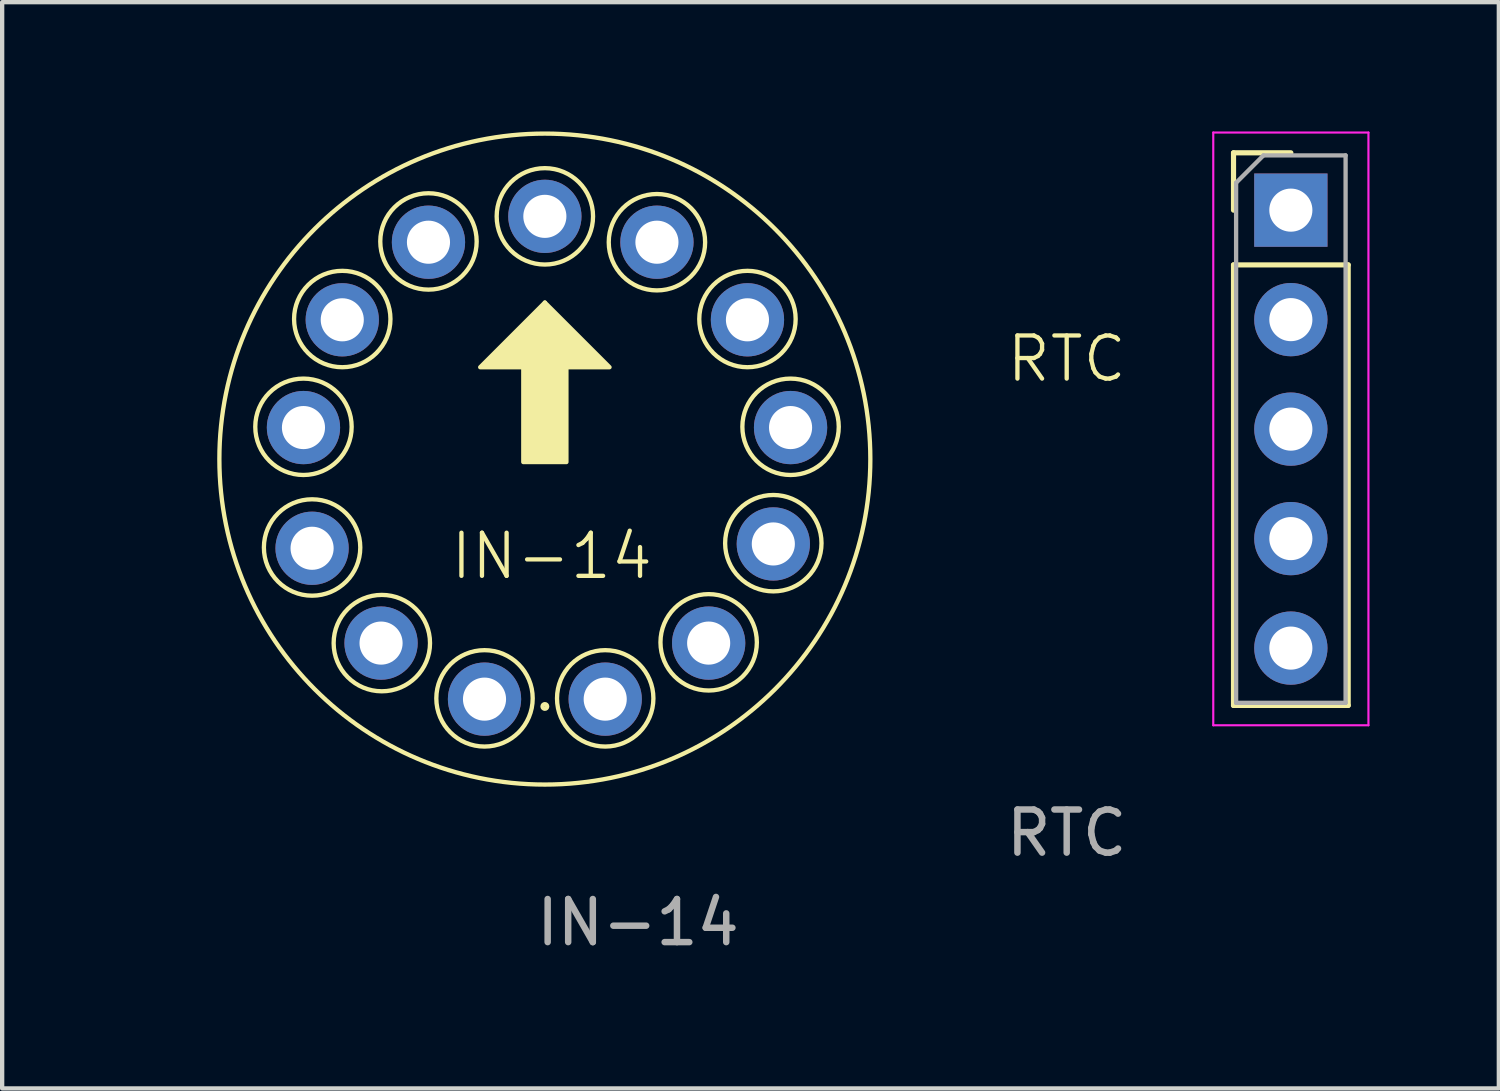
<source format=kicad_pcb>
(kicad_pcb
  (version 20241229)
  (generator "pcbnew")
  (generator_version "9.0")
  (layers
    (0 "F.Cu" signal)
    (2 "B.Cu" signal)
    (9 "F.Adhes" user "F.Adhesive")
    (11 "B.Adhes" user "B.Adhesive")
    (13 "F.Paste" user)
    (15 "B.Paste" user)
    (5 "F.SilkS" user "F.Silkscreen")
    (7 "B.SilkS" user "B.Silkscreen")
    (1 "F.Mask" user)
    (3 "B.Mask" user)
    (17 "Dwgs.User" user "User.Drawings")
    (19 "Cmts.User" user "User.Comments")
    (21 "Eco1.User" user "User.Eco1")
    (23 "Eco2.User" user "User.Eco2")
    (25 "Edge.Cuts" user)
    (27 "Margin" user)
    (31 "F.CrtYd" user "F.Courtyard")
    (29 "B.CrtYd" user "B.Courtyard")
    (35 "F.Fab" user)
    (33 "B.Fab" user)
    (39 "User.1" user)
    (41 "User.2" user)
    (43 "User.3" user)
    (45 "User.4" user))
  (footprint "IN-14"
    (layer "F.Cu")
    (at 0.25 16.851)
    (property "Reference" "IN-14" (at 9.5 -7 0) (unlocked yes) (layer "F.SilkS") (effects (font (size 1 1) (thickness 0.1))))
    (attr smd)
    (fp_line (start 9.34 -12.882) (end 9.34 -9.251) (stroke (width 0.1) (type default)) (layer "F.SilkS"))
    (fp_circle (center 3.74 -10) (end 3.54 -8.9) (stroke (width 0.1) (type default)) (fill no) (layer "F.SilkS"))
    (fp_circle (center 3.94 -7.2) (end 3.74 -6.1) (stroke (width 0.1) (type default)) (fill no) (layer "F.SilkS"))
    (fp_circle (center 4.64 -12.5) (end 4.44 -11.4) (stroke (width 0.1) (type default)) (fill no) (layer "F.SilkS"))
    (fp_circle (center 5.558 -4.982) (end 5.358 -3.882) (stroke (width 0.1) (type default)) (fill no) (layer "F.SilkS"))
    (fp_circle (center 6.64 -14.3) (end 6.44 -13.2) (stroke (width 0.1) (type default)) (fill no) (layer "F.SilkS"))
    (fp_circle (center 7.94 -3.7) (end 7.74 -2.6) (stroke (width 0.1) (type default)) (fill no) (layer "F.SilkS"))
    (fp_circle (center 9.34 -14.882) (end 9.14 -13.782) (stroke (width 0.1) (type default)) (fill no) (layer "F.SilkS"))
    (fp_circle (center 9.34 -9.251) (end 16.837 -8.351) (stroke (width 0.1) (type default)) (fill no) (layer "F.SilkS"))
    (fp_circle (center 9.34 -3.512) (end 9.36 -3.562) (stroke (width 0.1) (type default)) (fill no) (layer "F.SilkS"))
    (fp_circle (center 10.74 -3.7) (end 10.54 -2.6) (stroke (width 0.1) (type default)) (fill no) (layer "F.SilkS"))
    (fp_circle (center 11.94 -14.282) (end 11.74 -13.182) (stroke (width 0.1) (type default)) (fill no) (layer "F.SilkS"))
    (fp_circle (center 13.14 -5) (end 12.94 -3.9) (stroke (width 0.1) (type default)) (fill no) (layer "F.SilkS"))
    (fp_circle (center 14.04 -12.5) (end 13.84 -11.4) (stroke (width 0.1) (type default)) (fill no) (layer "F.SilkS"))
    (fp_circle (center 14.64 -7.3) (end 14.44 -6.2) (stroke (width 0.1) (type default)) (fill no) (layer "F.SilkS"))
    (fp_circle (center 15.04 -10) (end 14.84 -8.9) (stroke (width 0.1) (type default)) (fill no) (layer "F.SilkS"))
    (fp_poly (pts (xy 9.34 -12.882) (xy 7.84 -11.382) (xy 10.84 -11.382)) (stroke (width 0.1) (type solid)) (fill yes) (layer "F.SilkS"))
    (fp_poly (pts (xy 8.84 -11.382) (xy 8.84 -9.182) (xy 9.84 -9.182) (xy 9.84 -11.382)) (stroke (width 0.1) (type solid)) (fill yes) (layer "F.SilkS"))
    (fp_text user "${REFERENCE}" (at 11.5 1.5 0) (unlocked yes) (layer "F.Fab") (effects (font (size 1 1) (thickness 0.15))))
    (pad "1" thru_hole circle (at 9.34 -14.882) (size 1.7 1.7) (drill 1) (layers "*.Cu" "*.Mask"))
    (pad "2" thru_hole circle (at 11.94 -14.282) (size 1.7 1.7) (drill 1) (layers "*.Cu" "*.Mask"))
    (pad "3" thru_hole circle (at 14.04 -12.482) (size 1.7 1.7) (drill 1) (layers "*.Cu" "*.Mask"))
    (pad "4" thru_hole circle (at 15.04 -9.982) (size 1.7 1.7) (drill 1) (layers "*.Cu" "*.Mask"))
    (pad "5" thru_hole circle (at 14.64 -7.282) (size 1.7 1.7) (drill 1) (layers "*.Cu" "*.Mask"))
    (pad "6" thru_hole circle (at 13.14 -4.982) (size 1.7 1.7) (drill 1) (layers "*.Cu" "*.Mask"))
    (pad "7" thru_hole circle (at 10.74 -3.682) (size 1.7 1.7) (drill 1) (layers "*.Cu" "*.Mask"))
    (pad "8" thru_hole circle (at 7.94 -3.682) (size 1.7 1.7) (drill 1) (layers "*.Cu" "*.Mask"))
    (pad "9" thru_hole circle (at 5.54 -4.982) (size 1.7 1.7) (drill 1) (layers "*.Cu" "*.Mask"))
    (pad "10" thru_hole circle (at 3.94 -7.182) (size 1.7 1.7) (drill 1) (layers "*.Cu" "*.Mask"))
    (pad "11" thru_hole circle (at 3.74 -9.982) (size 1.7 1.7) (drill 1) (layers "*.Cu" "*.Mask"))
    (pad "12" thru_hole circle (at 4.64 -12.482) (size 1.7 1.7) (drill 1) (layers "*.Cu" "*.Mask"))
    (pad "13" thru_hole circle (at 6.64 -14.282) (size 1.7 1.7) (drill 1) (layers "*.Cu" "*.Mask")))
  (footprint "RTC"
    (layer "F.Cu")
    (at 21.696 13.775)
    (property "Reference" "RTC" (at 0 -8.5 0) (unlocked yes) (layer "F.SilkS") (effects (font (size 1 1) (thickness 0.1))))
    (attr smd)
    (fp_line (start 3.87 -13.28) (end 5.2 -13.28) (stroke (width 0.12) (type solid)) (layer "F.SilkS"))
    (fp_line (start 3.87 -11.95) (end 3.87 -13.28) (stroke (width 0.12) (type solid)) (layer "F.SilkS"))
    (fp_line (start 3.87 -10.68) (end 3.87 -0.46) (stroke (width 0.12) (type solid)) (layer "F.SilkS"))
    (fp_line (start 3.87 -10.68) (end 6.53 -10.68) (stroke (width 0.12) (type solid)) (layer "F.SilkS"))
    (fp_line (start 3.87 -0.46) (end 6.53 -0.46) (stroke (width 0.12) (type solid)) (layer "F.SilkS"))
    (fp_line (start 6.53 -10.68) (end 6.53 -0.46) (stroke (width 0.12) (type solid)) (layer "F.SilkS"))
    (fp_line (start 3.4 -13.75) (end 3.4 0) (stroke (width 0.05) (type solid)) (layer "F.CrtYd"))
    (fp_line (start 3.4 0) (end 7 0) (stroke (width 0.05) (type solid)) (layer "F.CrtYd"))
    (fp_line (start 7 -13.75) (end 3.4 -13.75) (stroke (width 0.05) (type solid)) (layer "F.CrtYd"))
    (fp_line (start 7 0) (end 7 -13.75) (stroke (width 0.05) (type solid)) (layer "F.CrtYd"))
    (fp_line (start 3.93 -12.585) (end 4.565 -13.22) (stroke (width 0.1) (type solid)) (layer "F.Fab"))
    (fp_line (start 3.93 -0.52) (end 3.93 -12.585) (stroke (width 0.1) (type solid)) (layer "F.Fab"))
    (fp_line (start 4.565 -13.22) (end 6.47 -13.22) (stroke (width 0.1) (type solid)) (layer "F.Fab"))
    (fp_line (start 6.47 -13.22) (end 6.47 -0.52) (stroke (width 0.1) (type solid)) (layer "F.Fab"))
    (fp_line (start 6.47 -0.52) (end 3.93 -0.52) (stroke (width 0.1) (type solid)) (layer "F.Fab"))
    (fp_text user "${REFERENCE}" (at 0 2.5 0) (unlocked yes) (layer "F.Fab") (effects (font (size 1 1) (thickness 0.15))))
    (pad "1" thru_hole rect (at 5.2 -11.95) (size 1.7 1.7) (drill 1) (layers "*.Cu" "*.Mask"))
    (pad "2" thru_hole oval (at 5.2 -9.41) (size 1.7 1.7) (drill 1) (layers "*.Cu" "*.Mask"))
    (pad "3" thru_hole oval (at 5.2 -6.87) (size 1.7 1.7) (drill 1) (layers "*.Cu" "*.Mask"))
    (pad "4" thru_hole oval (at 5.2 -4.33) (size 1.7 1.7) (drill 1) (layers "*.Cu" "*.Mask"))
    (pad "5" thru_hole oval (at 5.2 -1.79) (size 1.7 1.7) (drill 1) (layers "*.Cu" "*.Mask")))
  (gr_rect
    (start -3 -3)
    (end 31.721 22.2)
    (stroke (width 0.1) (type default))
    (fill no)
    (layer "Edge.Cuts")))
</source>
